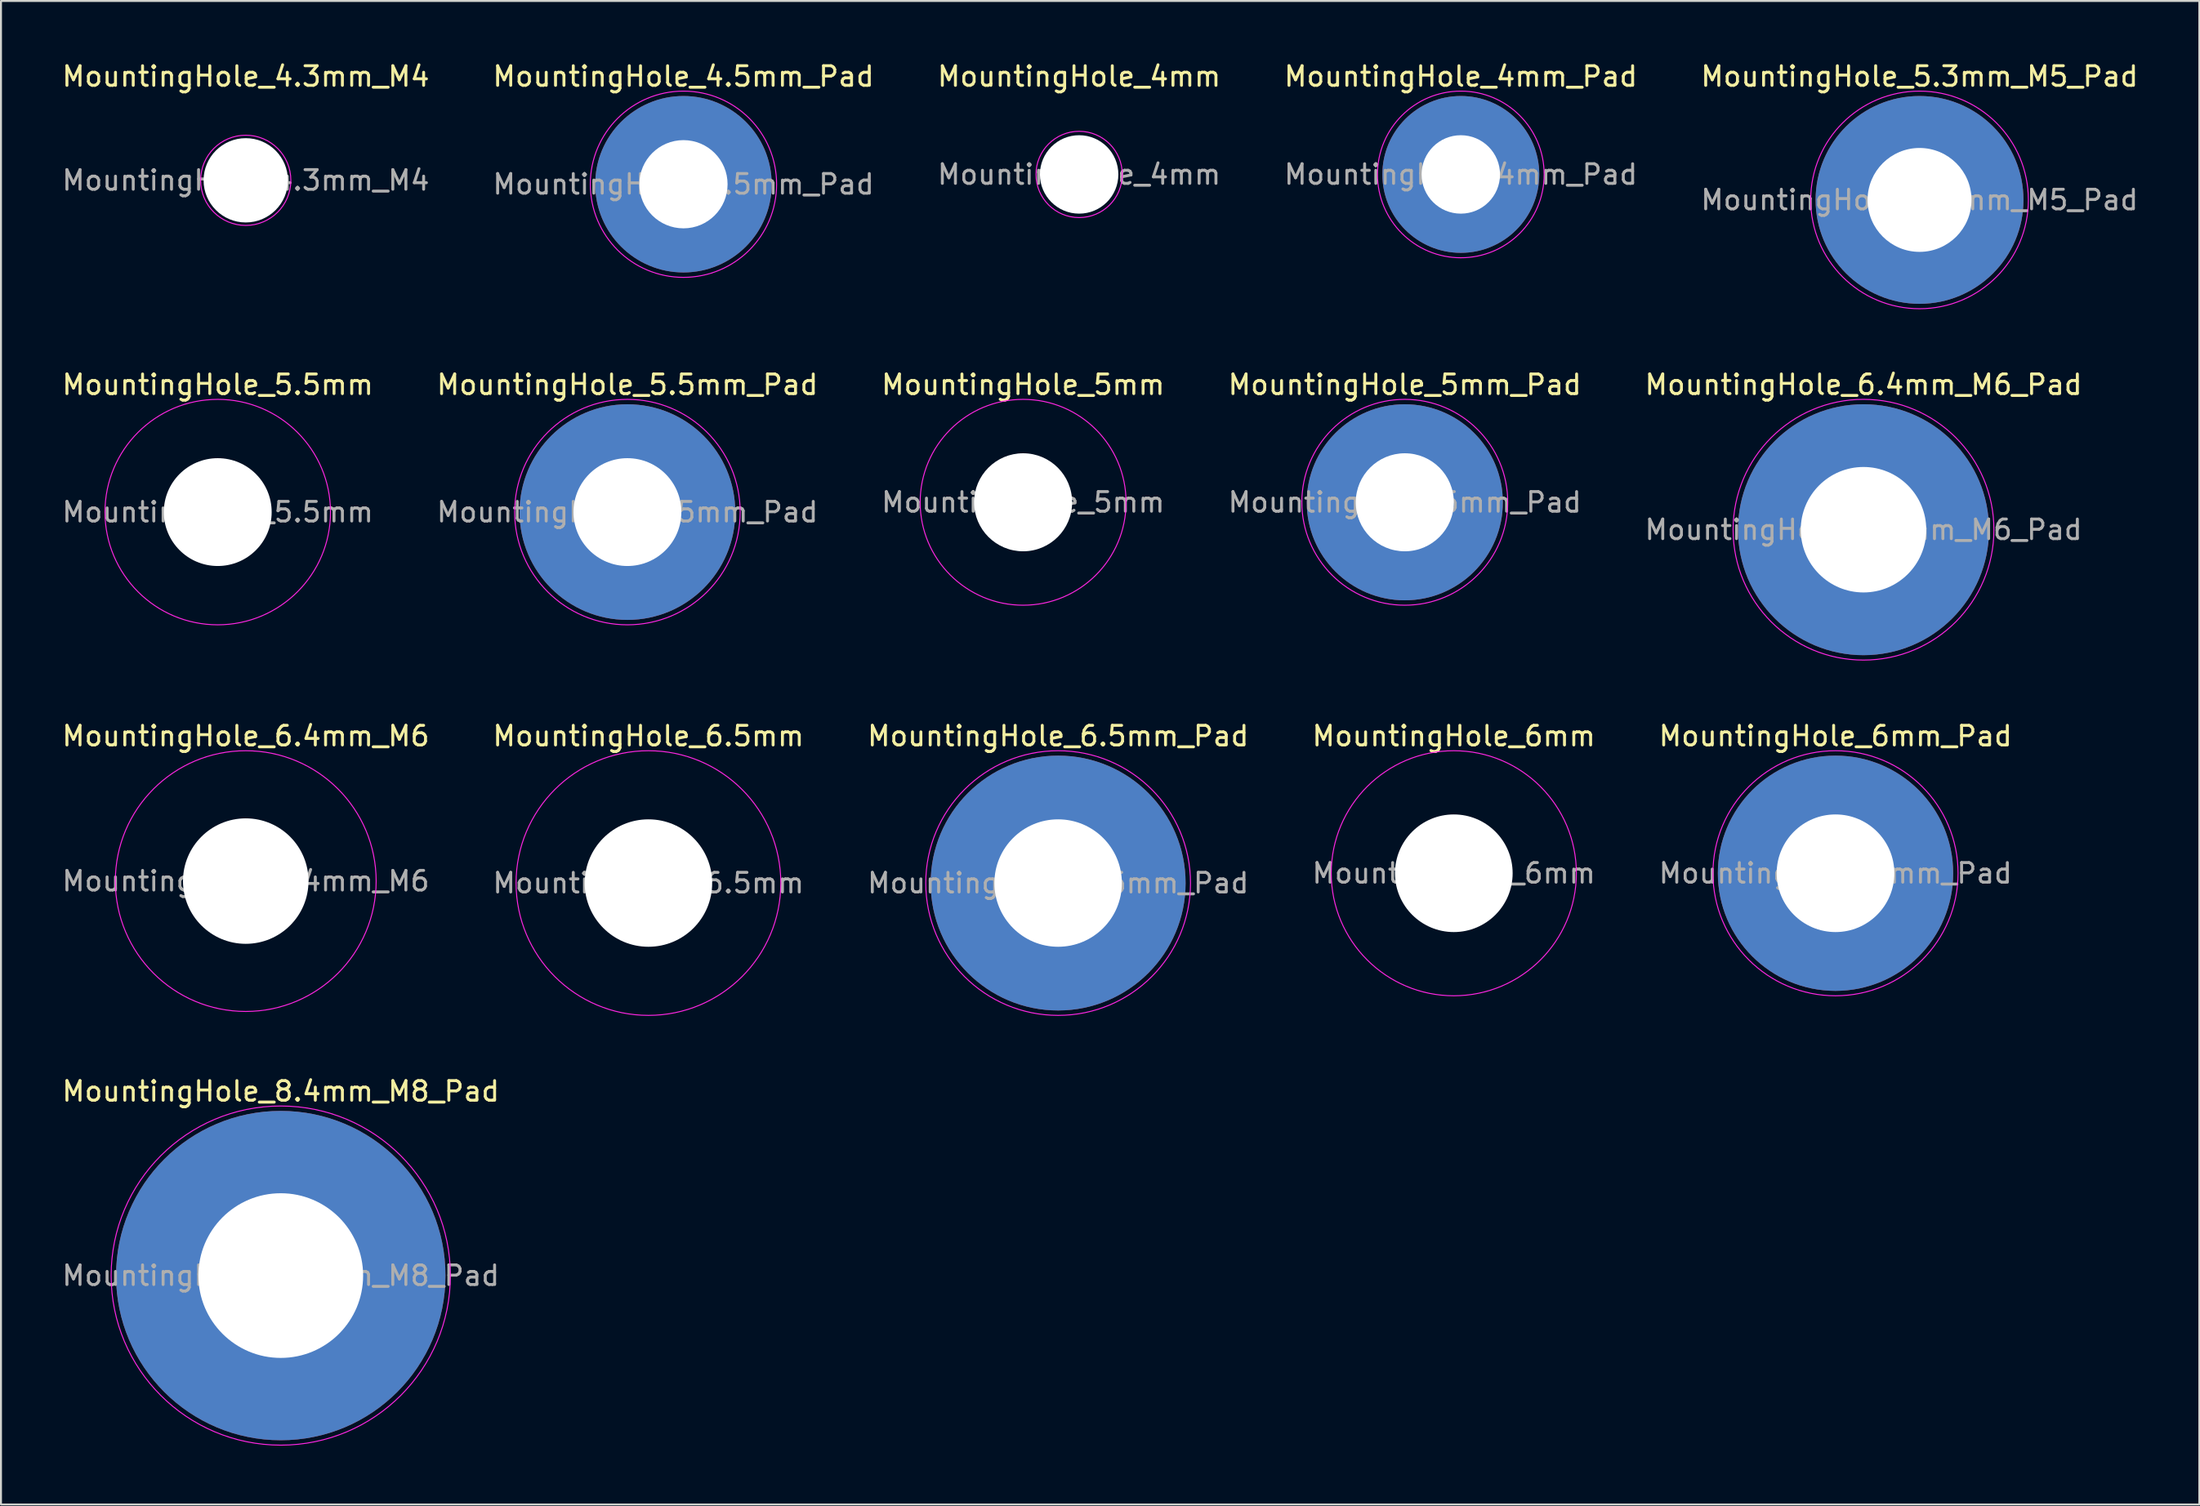
<source format=kicad_pcb>
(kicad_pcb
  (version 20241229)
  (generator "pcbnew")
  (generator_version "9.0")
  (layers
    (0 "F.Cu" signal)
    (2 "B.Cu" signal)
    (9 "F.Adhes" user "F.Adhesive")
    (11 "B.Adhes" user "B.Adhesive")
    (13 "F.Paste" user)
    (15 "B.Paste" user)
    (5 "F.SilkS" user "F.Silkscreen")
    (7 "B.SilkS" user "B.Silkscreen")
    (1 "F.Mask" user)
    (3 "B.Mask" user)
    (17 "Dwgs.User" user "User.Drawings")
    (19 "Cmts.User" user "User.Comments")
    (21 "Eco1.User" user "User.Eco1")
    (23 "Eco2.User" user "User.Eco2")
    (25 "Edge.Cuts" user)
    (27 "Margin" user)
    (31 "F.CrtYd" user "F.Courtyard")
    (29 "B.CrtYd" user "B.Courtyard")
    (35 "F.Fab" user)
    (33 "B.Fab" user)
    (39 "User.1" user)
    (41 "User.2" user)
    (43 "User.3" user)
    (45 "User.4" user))
  (footprint "MountingHole_5.5mm_Pad"
    (layer "F.Cu")
    (at 28.946 23.072)
    (property "Reference" "MountingHole_5.5mm_Pad" (at 0 -6.5 0) (layer "F.SilkS") (effects (font (size 1 1) (thickness 0.15))))
    (attr exclude_from_pos_files exclude_from_bom)
    (fp_circle (center 0 0) (end 5.75 0) (stroke (width 0.05) (type solid)) (fill no) (layer "F.CrtYd"))
    (fp_text user "${REFERENCE}" (at 0 0 0) (layer "F.Fab") (effects (font (size 1 1) (thickness 0.15))))
    (pad "1" thru_hole circle (at 0 0) (size 11 11) (drill 5.5) (layers "*.Cu" "*.Mask")))
  (footprint "MountingHole_5.5mm"
    (layer "F.Cu")
    (at 8.054 23.072)
    (property "Reference" "MountingHole_5.5mm" (at 0 -6.5 0) (layer "F.SilkS") (effects (font (size 1 1) (thickness 0.15))))
    (attr exclude_from_pos_files exclude_from_bom)
    (fp_circle (center 0 0) (end 5.75 0) (stroke (width 0.05) (type solid)) (fill no) (layer "F.CrtYd"))
    (fp_text user "${REFERENCE}" (at 0 0 0) (layer "F.Fab") (effects (font (size 1 1) (thickness 0.15))))
    (pad "" np_thru_hole circle (at 0 0) (size 5.5 5.5) (drill 5.5) (layers "*.Cu" "*.Mask")))
  (footprint "MountingHole_6.4mm_M6_Pad"
    (layer "F.Cu")
    (at 91.982 23.971)
    (property "Reference" "MountingHole_6.4mm_M6_Pad" (at 0 -7.4 0) (layer "F.SilkS") (effects (font (size 1 1) (thickness 0.15))))
    (attr exclude_from_pos_files exclude_from_bom)
    (fp_circle (center 0 0) (end 6.65 0) (stroke (width 0.05) (type solid)) (fill no) (layer "F.CrtYd"))
    (fp_text user "${REFERENCE}" (at 0 0 0) (layer "F.Fab") (effects (font (size 1 1) (thickness 0.15))))
    (pad "1" thru_hole circle (at 0 0) (size 12.8 12.8) (drill 6.4) (layers "*.Cu" "*.Mask")))
  (footprint "MountingHole_6.5mm"
    (layer "F.Cu")
    (at 30.018 41.995)
    (property "Reference" "MountingHole_6.5mm" (at 0 -7.5 0) (layer "F.SilkS") (effects (font (size 1 1) (thickness 0.15))))
    (attr exclude_from_pos_files exclude_from_bom)
    (fp_circle (center 0 0) (end 6.75 0) (stroke (width 0.05) (type solid)) (fill no) (layer "F.CrtYd"))
    (fp_text user "${REFERENCE}" (at 0 0 0) (layer "F.Fab") (effects (font (size 1 1) (thickness 0.15))))
    (pad "" np_thru_hole circle (at 0 0) (size 6.5 6.5) (drill 6.5) (layers "*.Cu" "*.Mask")))
  (footprint "MountingHole_4mm"
    (layer "F.Cu")
    (at 51.982 5.848)
    (property "Reference" "MountingHole_4mm" (at 0 -5 0) (layer "F.SilkS") (effects (font (size 1 1) (thickness 0.15))))
    (attr exclude_from_pos_files exclude_from_bom)
    (fp_circle (center 0 0) (end 2.2 0) (stroke (width 0.05) (type solid)) (fill no) (layer "F.CrtYd"))
    (fp_text user "${REFERENCE}" (at 0 0 0) (layer "F.Fab") (effects (font (size 1 1) (thickness 0.15))))
    (pad "" np_thru_hole circle (at 0 0) (size 4 4) (drill 4) (layers "*.Cu" "*.Mask")))
  (footprint "MountingHole_6mm"
    (layer "F.Cu")
    (at 71.089 41.495)
    (property "Reference" "MountingHole_6mm" (at 0 -7 0) (layer "F.SilkS") (effects (font (size 1 1) (thickness 0.15))))
    (attr exclude_from_pos_files exclude_from_bom)
    (fp_circle (center 0 0) (end 6.25 0) (stroke (width 0.05) (type solid)) (fill no) (layer "F.CrtYd"))
    (fp_text user "${REFERENCE}" (at 0 0 0) (layer "F.Fab") (effects (font (size 1 1) (thickness 0.15))))
    (pad "" np_thru_hole circle (at 0 0) (size 6 6) (drill 6) (layers "*.Cu" "*.Mask")))
  (footprint "MountingHole_8.4mm_M8_Pad"
    (layer "F.Cu")
    (at 11.268 62.018)
    (property "Reference" "MountingHole_8.4mm_M8_Pad" (at 0 -9.4 0) (layer "F.SilkS") (effects (font (size 1 1) (thickness 0.15))))
    (attr exclude_from_pos_files exclude_from_bom)
    (fp_circle (center 0 0) (end 8.65 0) (stroke (width 0.05) (type solid)) (fill no) (layer "F.CrtYd"))
    (fp_text user "${REFERENCE}" (at 0 0 0) (layer "F.Fab") (effects (font (size 1 1) (thickness 0.15))))
    (pad "1" thru_hole circle (at 0 0) (size 16.8 16.8) (drill 8.4) (layers "*.Cu" "*.Mask")))
  (footprint "MountingHole_6.4mm_M6"
    (layer "F.Cu")
    (at 9.482 41.895)
    (property "Reference" "MountingHole_6.4mm_M6" (at 0 -7.4 0) (layer "F.SilkS") (effects (font (size 1 1) (thickness 0.15))))
    (attr exclude_from_pos_files exclude_from_bom)
    (fp_circle (center 0 0) (end 6.65 0) (stroke (width 0.05) (type solid)) (fill no) (layer "F.CrtYd"))
    (fp_text user "${REFERENCE}" (at 0 0 0) (layer "F.Fab") (effects (font (size 1 1) (thickness 0.15))))
    (pad "" np_thru_hole circle (at 0 0) (size 6.4 6.4) (drill 6.4) (layers "*.Cu" "*.Mask")))
  (footprint "MountingHole_5.3mm_M5_Pad"
    (layer "F.Cu")
    (at 94.839 7.148)
    (property "Reference" "MountingHole_5.3mm_M5_Pad" (at 0 -6.3 0) (layer "F.SilkS") (effects (font (size 1 1) (thickness 0.15))))
    (attr exclude_from_pos_files exclude_from_bom)
    (fp_circle (center 0 0) (end 5.55 0) (stroke (width 0.05) (type solid)) (fill no) (layer "F.CrtYd"))
    (fp_text user "${REFERENCE}" (at 0 0 0) (layer "F.Fab") (effects (font (size 1 1) (thickness 0.15))))
    (pad "1" thru_hole circle (at 0 0) (size 10.6 10.6) (drill 5.3) (layers "*.Cu" "*.Mask")))
  (footprint "MountingHole_6.5mm_Pad"
    (layer "F.Cu")
    (at 50.911 41.995)
    (property "Reference" "MountingHole_6.5mm_Pad" (at 0 -7.5 0) (layer "F.SilkS") (effects (font (size 1 1) (thickness 0.15))))
    (attr exclude_from_pos_files exclude_from_bom)
    (fp_circle (center 0 0) (end 6.75 0) (stroke (width 0.05) (type solid)) (fill no) (layer "F.CrtYd"))
    (fp_text user "${REFERENCE}" (at 0 0 0) (layer "F.Fab") (effects (font (size 1 1) (thickness 0.15))))
    (pad "1" thru_hole circle (at 0 0) (size 13 13) (drill 6.5) (layers "*.Cu" "*.Mask")))
  (footprint "MountingHole_4.3mm_M4"
    (layer "F.Cu")
    (at 9.482 6.148)
    (property "Reference" "MountingHole_4.3mm_M4" (at 0 -5.3 0) (layer "F.SilkS") (effects (font (size 1 1) (thickness 0.15))))
    (attr exclude_from_pos_files exclude_from_bom)
    (fp_circle (center 0 0) (end 2.3 0) (stroke (width 0.05) (type solid)) (fill no) (layer "F.CrtYd"))
    (fp_text user "${REFERENCE}" (at 0 0 0) (layer "F.Fab") (effects (font (size 1 1) (thickness 0.15))))
    (pad "" np_thru_hole circle (at 0 0) (size 4.3 4.3) (drill 4.3) (layers "*.Cu" "*.Mask")))
  (footprint "MountingHole_4.5mm_Pad"
    (layer "F.Cu")
    (at 31.804 6.348)
    (property "Reference" "MountingHole_4.5mm_Pad" (at 0 -5.5 0) (layer "F.SilkS") (effects (font (size 1 1) (thickness 0.15))))
    (attr exclude_from_pos_files exclude_from_bom)
    (fp_circle (center 0 0) (end 4.75 0) (stroke (width 0.05) (type solid)) (fill no) (layer "F.CrtYd"))
    (fp_text user "${REFERENCE}" (at 0 0 0) (layer "F.Fab") (effects (font (size 1 1) (thickness 0.15))))
    (pad "1" thru_hole circle (at 0 0) (size 9 9) (drill 4.5) (layers "*.Cu" "*.Mask")))
  (footprint "MountingHole_6mm_Pad"
    (layer "F.Cu")
    (at 90.554 41.495)
    (property "Reference" "MountingHole_6mm_Pad" (at 0 -7 0) (layer "F.SilkS") (effects (font (size 1 1) (thickness 0.15))))
    (attr exclude_from_pos_files exclude_from_bom)
    (fp_circle (center 0 0) (end 6.25 0) (stroke (width 0.05) (type solid)) (fill no) (layer "F.CrtYd"))
    (fp_text user "${REFERENCE}" (at 0 0 0) (layer "F.Fab") (effects (font (size 1 1) (thickness 0.15))))
    (pad "1" thru_hole circle (at 0 0) (size 12 12) (drill 6) (layers "*.Cu" "*.Mask")))
  (footprint "MountingHole_5mm_Pad"
    (layer "F.Cu")
    (at 68.589 22.572)
    (property "Reference" "MountingHole_5mm_Pad" (at 0 -6 0) (layer "F.SilkS") (effects (font (size 1 1) (thickness 0.15))))
    (attr exclude_from_pos_files exclude_from_bom)
    (fp_circle (center 0 0) (end 5.25 0) (stroke (width 0.05) (type solid)) (fill no) (layer "F.CrtYd"))
    (fp_text user "${REFERENCE}" (at 0 0 0) (layer "F.Fab") (effects (font (size 1 1) (thickness 0.15))))
    (pad "1" thru_hole circle (at 0 0) (size 10 10) (drill 5) (layers "*.Cu" "*.Mask")))
  (footprint "MountingHole_5mm"
    (layer "F.Cu")
    (at 49.125 22.572)
    (property "Reference" "MountingHole_5mm" (at 0 -6 0) (layer "F.SilkS") (effects (font (size 1 1) (thickness 0.15))))
    (attr exclude_from_pos_files exclude_from_bom)
    (fp_circle (center 0 0) (end 5.25 0) (stroke (width 0.05) (type solid)) (fill no) (layer "F.CrtYd"))
    (fp_text user "${REFERENCE}" (at 0 0 0) (layer "F.Fab") (effects (font (size 1 1) (thickness 0.15))))
    (pad "" np_thru_hole circle (at 0 0) (size 5 5) (drill 5) (layers "*.Cu" "*.Mask")))
  (footprint "MountingHole_4mm_Pad"
    (layer "F.Cu")
    (at 71.446 5.848)
    (property "Reference" "MountingHole_4mm_Pad" (at 0 -5 0) (layer "F.SilkS") (effects (font (size 1 1) (thickness 0.15))))
    (attr exclude_from_pos_files exclude_from_bom)
    (fp_circle (center 0 0) (end 4.25 0) (stroke (width 0.05) (type solid)) (fill no) (layer "F.CrtYd"))
    (fp_text user "${REFERENCE}" (at 0 0 0) (layer "F.Fab") (effects (font (size 1 1) (thickness 0.15))))
    (pad "1" thru_hole circle (at 0 0) (size 8 8) (drill 4) (layers "*.Cu" "*.Mask")))
  (gr_rect
    (start -3 -3)
    (end 109.107 73.693)
    (stroke (width 0.1) (type default))
    (fill no)
    (layer "Edge.Cuts")))
</source>
